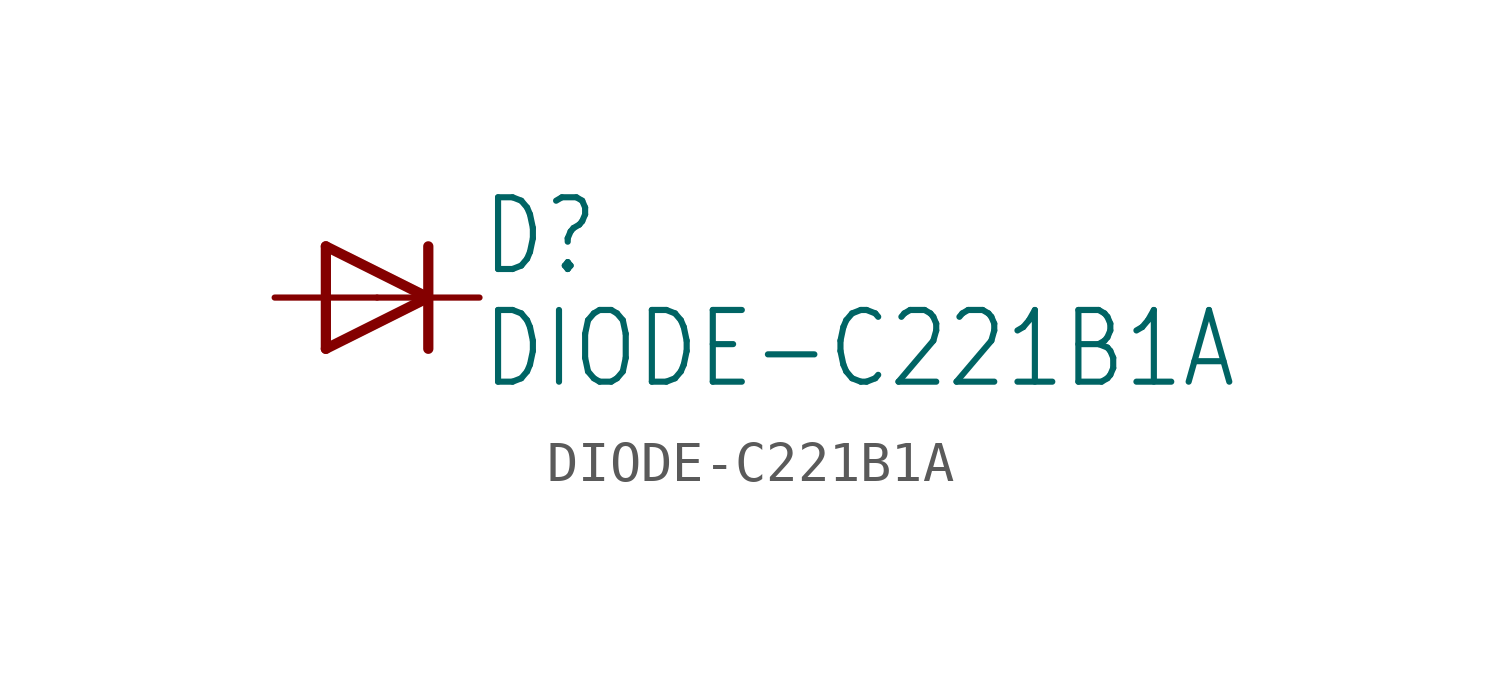
<source format=kicad_sym>
(kicad_symbol_lib
  (version 20211014)
  (generator kicad_symbol_editor)
  (symbol "DIODE-C221B1A"
    (property "Reference" "D"
      (at 2.54 0.483 0)
      (effects (font (size 1.778 1.511)) (justify left bottom)))
    (property "Value" "DIODE-C221B1A"
      (at 2.54 -2.311 0)
      (effects (font (size 1.778 1.511)) (justify left bottom)))
    (property "ki_locked" ""
      (at 0 0 0)
      (effects (font (size 1.27 1.27))))
    (symbol "DIODE-C221B1A_1_0"
      (polyline (pts (xy -1.27 -1.27) (xy 1.27 0)) (stroke (width 0.254) (type default) (color 0 0 0 0)) (fill (type none)))
      (polyline (pts (xy -1.27 1.27) (xy -1.27 -1.27)) (stroke (width 0.254) (type default) (color 0 0 0 0)) (fill (type none)))
      (polyline (pts (xy 1.27 0) (xy -1.27 1.27)) (stroke (width 0.254) (type default) (color 0 0 0 0)) (fill (type none)))
      (polyline (pts (xy 1.27 0) (xy 1.27 -1.27)) (stroke (width 0.254) (type default) (color 0 0 0 0)) (fill (type none)))
      (polyline (pts (xy 1.27 1.27) (xy 1.27 0)) (stroke (width 0.254) (type default) (color 0 0 0 0)) (fill (type none)))
      (pin passive line (at -2.54 0 0) (length 2.54) (name "A" (effects (font (size 0 0)))) (number "A" (effects (font (size 0 0)))))
      (pin passive line (at 2.54 0 180) (length 2.54) (name "C" (effects (font (size 0 0)))) (number "C" (effects (font (size 0 0))))))))
</source>
